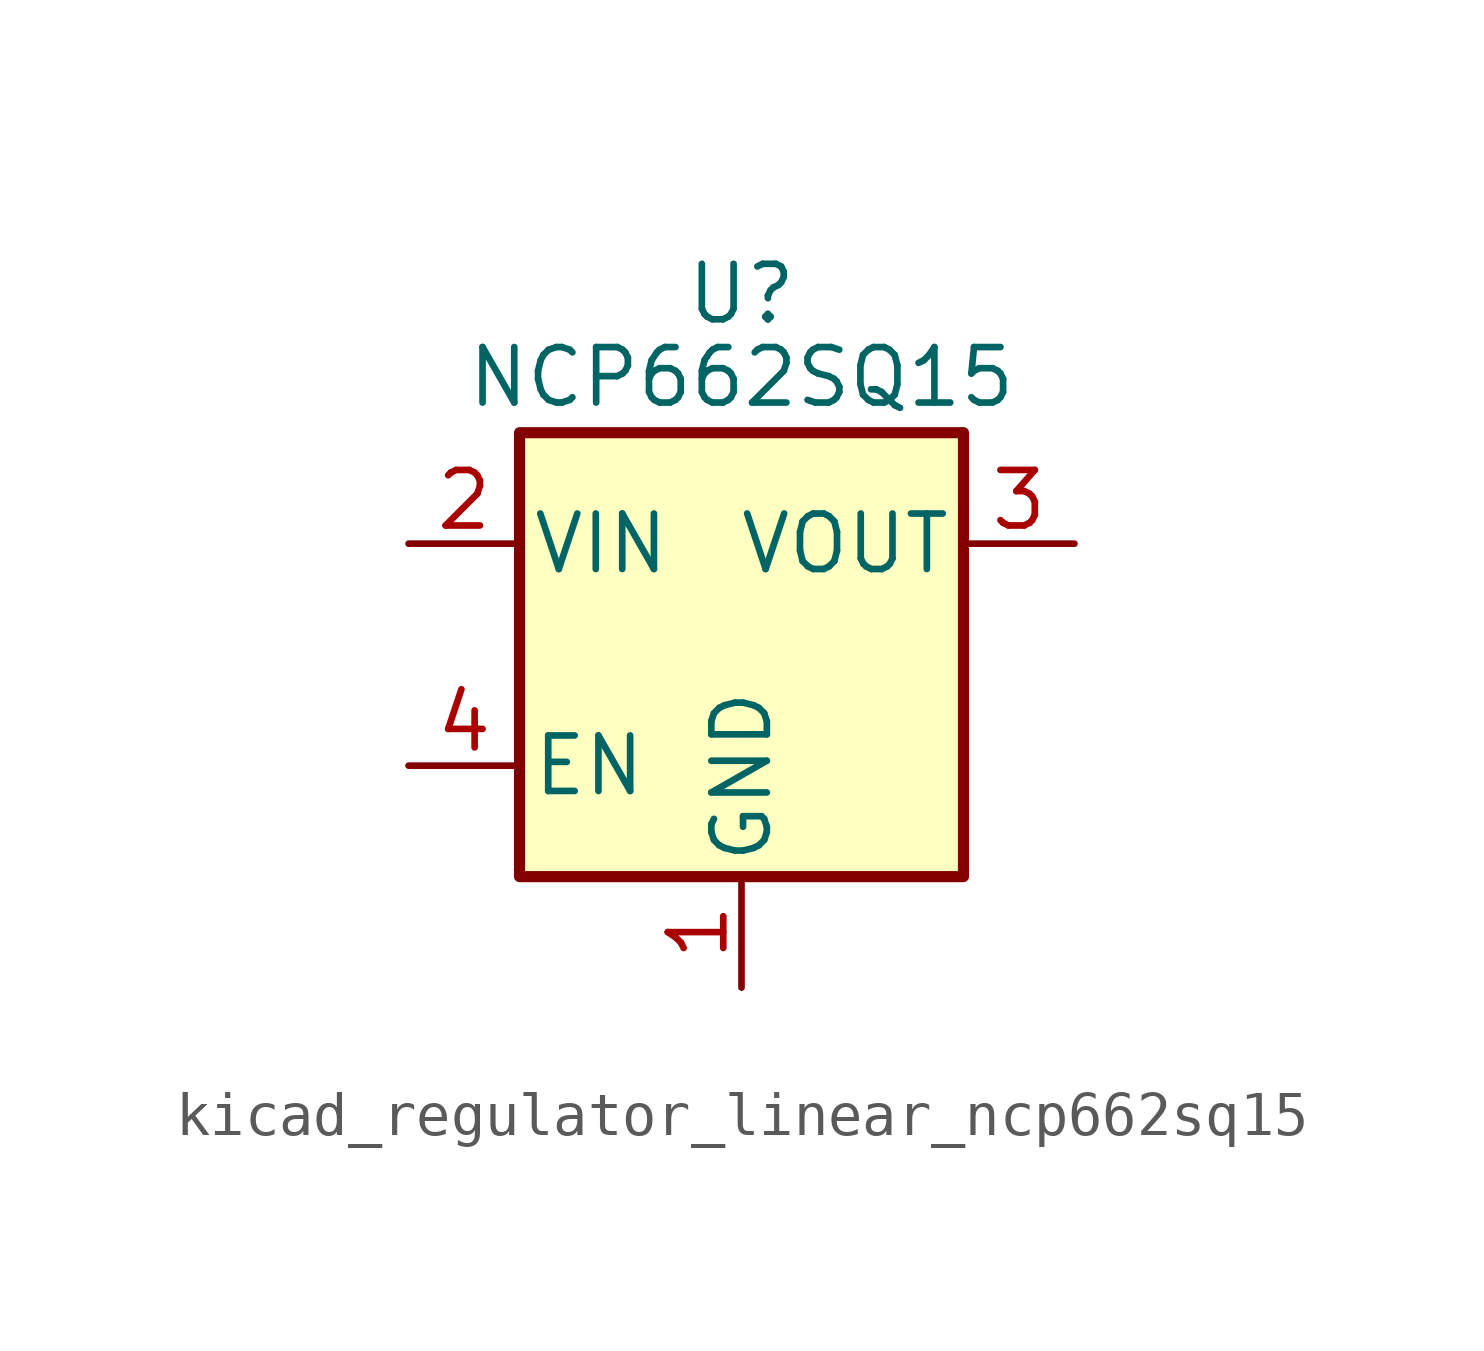
<source format=kicad_sym>
(kicad_symbol_lib
  (version 20220914)
  (generator kicad_symbol_editor)
  (symbol "kicad_regulator_linear_ncp662sq15"
    (pin_names
      (offset 0.254))
    (property "Reference" "U"
      (at 0 8.255 0)
      (effects (font (size 1.27 1.27))))
    (property "Value" "NCP662SQ15"
      (at 0 6.35 0)
      (effects (font (size 1.27 1.27))))
    (symbol "kicad_regulator_linear_ncp662sq15_0_1"
      (rectangle (start -5.08 5.08) (end 5.08 -5.08) (stroke (width 0.254) (type default)) (fill (type background))))
    (symbol "kicad_regulator_linear_ncp662sq15_1_1"
      (pin power_in line (at 0 -7.62 90) (length 2.54) (name "GND" (effects (font (size 1.27 1.27)))) (number "1" (effects (font (size 1.27 1.27)))))
      (pin power_in line (at -7.62 2.54 0) (length 2.54) (name "VIN" (effects (font (size 1.27 1.27)))) (number "2" (effects (font (size 1.27 1.27)))))
      (pin power_out line (at 7.62 2.54 180) (length 2.54) (name "VOUT" (effects (font (size 1.27 1.27)))) (number "3" (effects (font (size 1.27 1.27)))))
      (pin input line (at -7.62 -2.54 0) (length 2.54) (name "EN" (effects (font (size 1.27 1.27)))) (number "4" (effects (font (size 1.27 1.27))))))))
</source>
